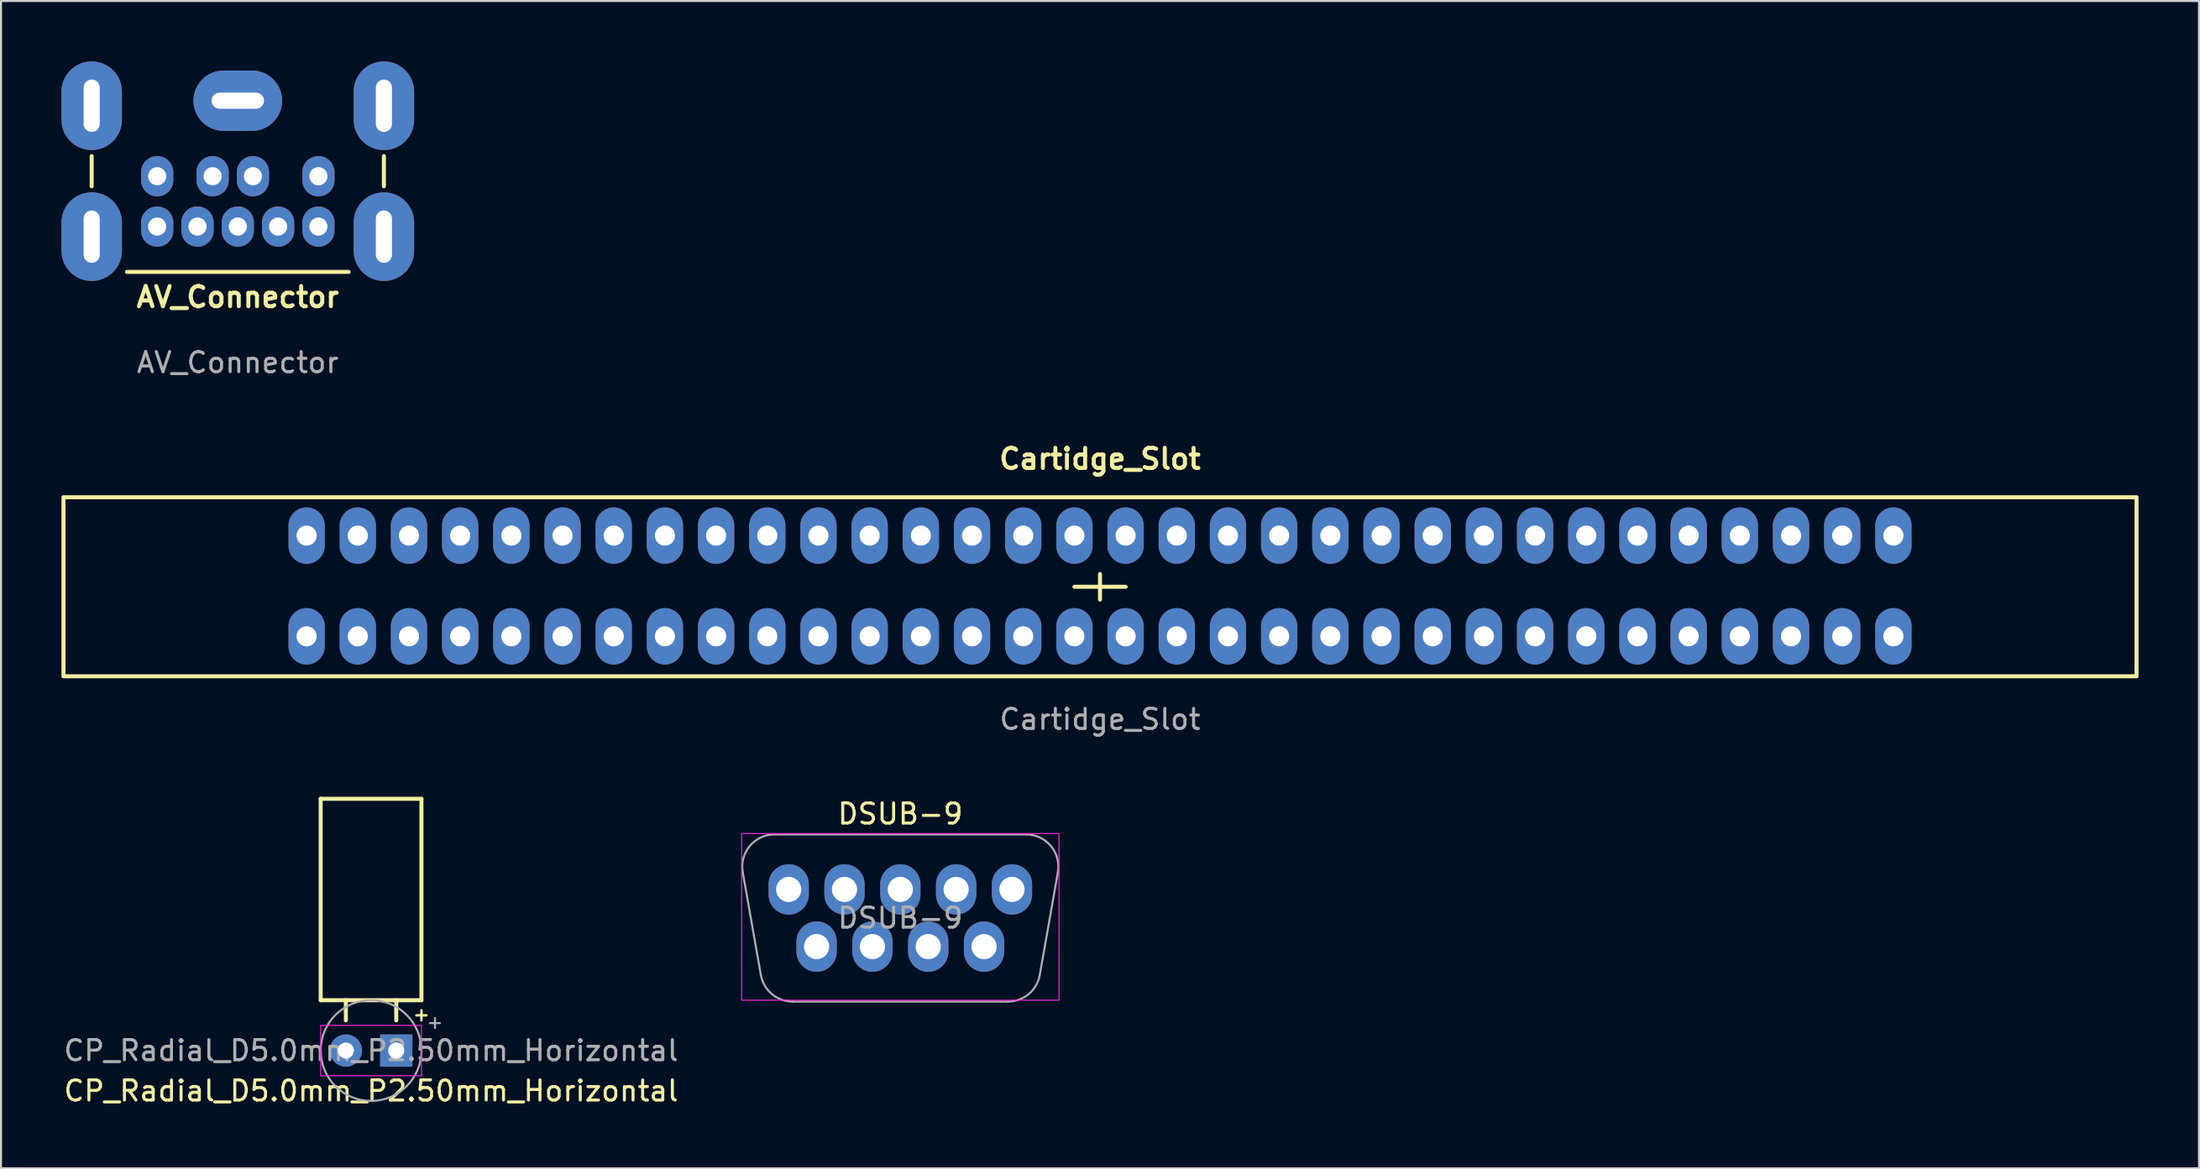
<source format=kicad_pcb>
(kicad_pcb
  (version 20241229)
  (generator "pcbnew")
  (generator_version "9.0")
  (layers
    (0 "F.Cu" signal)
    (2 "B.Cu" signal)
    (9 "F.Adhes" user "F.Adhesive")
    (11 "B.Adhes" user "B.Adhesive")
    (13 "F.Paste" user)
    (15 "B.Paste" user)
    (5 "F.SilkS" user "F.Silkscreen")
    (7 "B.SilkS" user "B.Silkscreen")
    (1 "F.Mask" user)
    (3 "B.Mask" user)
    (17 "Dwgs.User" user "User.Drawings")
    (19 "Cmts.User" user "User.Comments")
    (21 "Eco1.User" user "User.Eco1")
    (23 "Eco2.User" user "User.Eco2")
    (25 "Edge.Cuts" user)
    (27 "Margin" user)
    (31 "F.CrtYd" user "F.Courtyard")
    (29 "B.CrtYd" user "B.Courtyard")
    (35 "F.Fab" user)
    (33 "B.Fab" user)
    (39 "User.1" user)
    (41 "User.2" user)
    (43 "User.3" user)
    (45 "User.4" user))
  (footprint "DSUB-9"
    (layer "F.Cu")
    (at 41.626 41.111)
    (property "Reference" "DSUB-9" (at 0 -3.75 0) (layer "F.SilkS") (effects (font (size 1 1) (thickness 0.15))))
    (attr through_hole)
    (fp_rect (start -7.875 -2.775) (end 7.875 5.5) (stroke (width 0.05) (type default)) (fill no) (layer "F.CrtYd"))
    (fp_line (start -7.819 -0.852) (end -6.92 4.248) (stroke (width 0.1) (type solid)) (layer "F.Fab"))
    (fp_line (start -6.243 -2.73) (end 6.243 -2.73) (stroke (width 0.1) (type solid)) (layer "F.Fab"))
    (fp_line (start -5.344 5.57) (end 5.344 5.57) (stroke (width 0.1) (type solid)) (layer "F.Fab"))
    (fp_line (start 7.819 -0.852) (end 6.92 4.248) (stroke (width 0.1) (type solid)) (layer "F.Fab"))
    (fp_arc (start -7.818886 -0.852163) (mid -7.468865 -2.15846) (end -6.243194 -2.73) (stroke (width 0.1) (type solid)) (layer "F.Fab"))
    (fp_arc (start -5.343927 5.57) (mid -6.372387 5.195671) (end -6.919619 4.247837) (stroke (width 0.1) (type solid)) (layer "F.Fab"))
    (fp_arc (start 6.243194 -2.73) (mid 7.46887 -2.158462) (end 7.818886 -0.852163) (stroke (width 0.1) (type solid)) (layer "F.Fab"))
    (fp_arc (start 6.919619 4.247837) (mid 6.372387 5.19567) (end 5.343927 5.57) (stroke (width 0.1) (type solid)) (layer "F.Fab"))
    (fp_text user "${REFERENCE}" (at 0 1.42 0) (layer "F.Fab") (effects (font (size 1 1) (thickness 0.15))))
    (pad "1" thru_hole oval (at -5.54 0) (size 2 2.5) (drill 1.25) (layers "*.Cu" "*.Mask"))
    (pad "2" thru_hole oval (at -2.77 0) (size 2 2.5) (drill 1.25) (layers "*.Cu" "*.Mask"))
    (pad "3" thru_hole oval (at 0 0) (size 2 2.5) (drill 1.25) (layers "*.Cu" "*.Mask"))
    (pad "4" thru_hole oval (at 2.77 0) (size 2 2.5) (drill 1.25) (layers "*.Cu" "*.Mask"))
    (pad "5" thru_hole oval (at 5.54 0) (size 2 2.5) (drill 1.25) (layers "*.Cu" "*.Mask"))
    (pad "6" thru_hole oval (at -4.155 2.84) (size 2 2.5) (drill 1.25) (layers "*.Cu" "*.Mask"))
    (pad "7" thru_hole oval (at -1.385 2.84) (size 2 2.5) (drill 1.25) (layers "*.Cu" "*.Mask"))
    (pad "8" thru_hole oval (at 1.385 2.84) (size 2 2.5) (drill 1.25) (layers "*.Cu" "*.Mask"))
    (pad "9" thru_hole oval (at 4.155 2.84) (size 2 2.5) (drill 1.25) (layers "*.Cu" "*.Mask")))
  (footprint "CP_Radial_D5.0mm_P2.50mm_Horizontal"
    (layer "F.Cu")
    (at 14.113 49.112)
    (property "Reference" "CP_Radial_D5.0mm_P2.50mm_Horizontal" (at 1.25 2 0) (layer "F.SilkS") (effects (font (size 1 1) (thickness 0.15))))
    (attr through_hole)
    (fp_line (start -1.25 -12.5) (end 3.75 -12.5) (stroke (width 0.2) (type default)) (layer "F.SilkS"))
    (fp_line (start -1.25 -2.5) (end -1.25 -12.5) (stroke (width 0.2) (type default)) (layer "F.SilkS"))
    (fp_line (start 0 -1.5) (end 0 -2.5) (stroke (width 0.2) (type default)) (layer "F.SilkS"))
    (fp_line (start 2.5 -1.5) (end 2.5 -2.5) (stroke (width 0.2) (type default)) (layer "F.SilkS"))
    (fp_line (start 3.5 -1.75) (end 4 -1.75) (stroke (width 0.12) (type solid)) (layer "F.SilkS"))
    (fp_line (start 3.75 -12.5) (end 3.75 -2.5) (stroke (width 0.2) (type default)) (layer "F.SilkS"))
    (fp_line (start 3.75 -2.5) (end -1.25 -2.5) (stroke (width 0.2) (type default)) (layer "F.SilkS"))
    (fp_line (start 3.75 -2) (end 3.75 -1.5) (stroke (width 0.12) (type solid)) (layer "F.SilkS"))
    (fp_rect (start -1.25 -1.25) (end 3.75 1.25) (stroke (width 0.05) (type default)) (fill no) (layer "F.CrtYd"))
    (fp_line (start 4.171 -1.363) (end 4.671 -1.363) (stroke (width 0.1) (type solid)) (layer "F.Fab"))
    (fp_line (start 4.421 -1.613) (end 4.421 -1.113) (stroke (width 0.1) (type solid)) (layer "F.Fab"))
    (fp_circle (center 1.25 0) (end 3.75 0) (stroke (width 0.1) (type solid)) (fill no) (layer "F.Fab"))
    (fp_text user "${REFERENCE}" (at 1.25 0 0) (layer "F.Fab") (effects (font (size 1 1) (thickness 0.15))))
    (pad "1" thru_hole rect (at 2.5 0 180) (size 1.6 1.6) (drill 0.8) (layers "*.Cu" "*.Mask"))
    (pad "2" thru_hole circle (at 0 0 180) (size 1.6 1.6) (drill 0.8) (layers "*.Cu" "*.Mask")))
  (footprint "AV_Connector"
    (layer "F.Cu")
    (at 8.75 8.2)
    (property "Reference" "AV_Connector" (at 0 3.5 0) (unlocked yes) (layer "F.SilkS") (effects (font (size 1 1) (thickness 0.2))))
    (attr through_hole)
    (fp_line (start -7.25 -3.5) (end -7.25 -2) (stroke (width 0.2) (type default)) (layer "F.SilkS"))
    (fp_line (start -5.5 2.25) (end 5.5 2.25) (stroke (width 0.2) (type default)) (layer "F.SilkS"))
    (fp_line (start 7.25 -3.5) (end 7.25 -2) (stroke (width 0.2) (type default)) (layer "F.SilkS"))
    (fp_text user "${REFERENCE}" (at 0 6.75 0) (unlocked yes) (layer "F.Fab") (effects (font (size 1 1) (thickness 0.15))))
    (pad "1" thru_hole oval (at -1.25 -2.5) (size 1.6 2) (drill 0.9) (layers "*.Cu" "*.Mask"))
    (pad "2" thru_hole oval (at 0.75 -2.5) (size 1.6 2) (drill 0.9) (layers "*.Cu" "*.Mask"))
    (pad "3" thru_hole oval (at -4 -2.5) (size 1.6 2) (drill 0.9) (layers "*.Cu" "*.Mask"))
    (pad "4" thru_hole oval (at -2 0) (size 1.6 2) (drill 0.9) (layers "*.Cu" "*.Mask"))
    (pad "5" thru_hole oval (at 0 0) (size 1.6 2) (drill 0.9) (layers "*.Cu" "*.Mask"))
    (pad "6" thru_hole oval (at 4 -2.5) (size 1.6 2) (drill 0.9) (layers "*.Cu" "*.Mask"))
    (pad "7" thru_hole oval (at -4 0) (size 1.6 2) (drill 0.9) (layers "*.Cu" "*.Mask"))
    (pad "8" thru_hole oval (at 2 0) (size 1.6 2) (drill 0.9) (layers "*.Cu" "*.Mask"))
    (pad "9" thru_hole oval (at 4 0) (size 1.6 2) (drill 0.9) (layers "*.Cu" "*.Mask"))
    (pad "10" thru_hole oval (at -7.25 -6) (size 3 4.4) (drill oval 0.8 2.6) (layers "*.Cu" "*.Mask"))
    (pad "10" thru_hole oval (at -7.25 0.5) (size 3 4.4) (drill oval 0.8 2.6) (layers "*.Cu" "*.Mask"))
    (pad "10" thru_hole oval (at 0 -6.25 90) (size 3 4.4) (drill oval 0.8 2.6) (layers "*.Cu" "*.Mask"))
    (pad "10" thru_hole oval (at 7.25 -6) (size 3 4.4) (drill oval 0.8 2.6) (layers "*.Cu" "*.Mask"))
    (pad "10" thru_hole oval (at 7.25 0.5) (size 3 4.4) (drill oval 0.8 2.6) (layers "*.Cu" "*.Mask")))
  (footprint "Cartidge_Slot"
    (layer "F.Cu")
    (at 12.165 23.544)
    (property "Reference" "Cartidge_Slot" (at 39.37 -3.81 0) (unlocked yes) (layer "F.SilkS") (effects (font (size 1 1) (thickness 0.2))))
    (attr through_hole)
    (fp_line (start 39.37 1.905) (end 39.37 3.175) (stroke (width 0.2) (type default)) (layer "F.SilkS"))
    (fp_line (start 40.64 2.54) (end 38.1 2.54) (stroke (width 0.2) (type default)) (layer "F.SilkS"))
    (fp_rect (start -12.065 -1.905) (end 90.805 6.985) (stroke (width 0.2) (type default)) (fill no) (layer "F.SilkS"))
    (fp_text user "${REFERENCE}" (at 39.37 9.12 0) (unlocked yes) (layer "F.Fab") (effects (font (size 1 1) (thickness 0.15))))
    (pad "a1" thru_hole oval (at 0 0) (size 1.8 2.8) (drill 1) (layers "*.Cu" "*.Mask"))
    (pad "a2" thru_hole oval (at 2.54 0) (size 1.8 2.8) (drill 1) (layers "*.Cu" "*.Mask"))
    (pad "a3" thru_hole oval (at 5.08 0) (size 1.8 2.8) (drill 1) (layers "*.Cu" "*.Mask"))
    (pad "a4" thru_hole oval (at 7.62 0) (size 1.8 2.8) (drill 1) (layers "*.Cu" "*.Mask"))
    (pad "a5" thru_hole oval (at 10.16 0) (size 1.8 2.8) (drill 1) (layers "*.Cu" "*.Mask"))
    (pad "a6" thru_hole oval (at 12.7 0) (size 1.8 2.8) (drill 1) (layers "*.Cu" "*.Mask"))
    (pad "a7" thru_hole oval (at 15.24 0) (size 1.8 2.8) (drill 1) (layers "*.Cu" "*.Mask"))
    (pad "a8" thru_hole oval (at 17.78 0) (size 1.8 2.8) (drill 1) (layers "*.Cu" "*.Mask"))
    (pad "a9" thru_hole oval (at 20.32 0) (size 1.8 2.8) (drill 1) (layers "*.Cu" "*.Mask"))
    (pad "a10" thru_hole oval (at 22.86 0) (size 1.8 2.8) (drill 1) (layers "*.Cu" "*.Mask"))
    (pad "a11" thru_hole oval (at 25.4 0) (size 1.8 2.8) (drill 1) (layers "*.Cu" "*.Mask"))
    (pad "a12" thru_hole oval (at 27.94 0) (size 1.8 2.8) (drill 1) (layers "*.Cu" "*.Mask"))
    (pad "a13" thru_hole oval (at 30.48 0) (size 1.8 2.8) (drill 1) (layers "*.Cu" "*.Mask"))
    (pad "a14" thru_hole oval (at 33.02 0) (size 1.8 2.8) (drill 1) (layers "*.Cu" "*.Mask"))
    (pad "a15" thru_hole oval (at 35.56 0) (size 1.8 2.8) (drill 1) (layers "*.Cu" "*.Mask"))
    (pad "a16" thru_hole oval (at 38.1 0) (size 1.8 2.8) (drill 1) (layers "*.Cu" "*.Mask"))
    (pad "a17" thru_hole oval (at 40.64 0) (size 1.8 2.8) (drill 1) (layers "*.Cu" "*.Mask"))
    (pad "a18" thru_hole oval (at 43.18 0) (size 1.8 2.8) (drill 1) (layers "*.Cu" "*.Mask"))
    (pad "a19" thru_hole oval (at 45.72 0) (size 1.8 2.8) (drill 1) (layers "*.Cu" "*.Mask"))
    (pad "a20" thru_hole oval (at 48.26 0) (size 1.8 2.8) (drill 1) (layers "*.Cu" "*.Mask"))
    (pad "a21" thru_hole oval (at 50.8 0) (size 1.8 2.8) (drill 1) (layers "*.Cu" "*.Mask"))
    (pad "a22" thru_hole oval (at 53.34 0) (size 1.8 2.8) (drill 1) (layers "*.Cu" "*.Mask"))
    (pad "a23" thru_hole oval (at 55.88 0) (size 1.8 2.8) (drill 1) (layers "*.Cu" "*.Mask"))
    (pad "a24" thru_hole oval (at 58.42 0) (size 1.8 2.8) (drill 1) (layers "*.Cu" "*.Mask"))
    (pad "a25" thru_hole oval (at 60.96 0) (size 1.8 2.8) (drill 1) (layers "*.Cu" "*.Mask"))
    (pad "a26" thru_hole oval (at 63.5 0) (size 1.8 2.8) (drill 1) (layers "*.Cu" "*.Mask"))
    (pad "a27" thru_hole oval (at 66.04 0) (size 1.8 2.8) (drill 1) (layers "*.Cu" "*.Mask"))
    (pad "a28" thru_hole oval (at 68.58 0) (size 1.8 2.8) (drill 1) (layers "*.Cu" "*.Mask"))
    (pad "a29" thru_hole oval (at 71.12 0) (size 1.8 2.8) (drill 1) (layers "*.Cu" "*.Mask"))
    (pad "a30" thru_hole oval (at 73.66 0) (size 1.8 2.8) (drill 1) (layers "*.Cu" "*.Mask"))
    (pad "a31" thru_hole oval (at 76.2 0) (size 1.8 2.8) (drill 1) (layers "*.Cu" "*.Mask"))
    (pad "a32" thru_hole oval (at 78.74 0) (size 1.8 2.8) (drill 1) (layers "*.Cu" "*.Mask"))
    (pad "b1" thru_hole oval (at 0 5) (size 1.8 2.8) (drill 1) (layers "*.Cu" "*.Mask"))
    (pad "b2" thru_hole oval (at 2.54 5) (size 1.8 2.8) (drill 1) (layers "*.Cu" "*.Mask"))
    (pad "b3" thru_hole oval (at 5.08 5) (size 1.8 2.8) (drill 1) (layers "*.Cu" "*.Mask"))
    (pad "b4" thru_hole oval (at 7.62 5) (size 1.8 2.8) (drill 1) (layers "*.Cu" "*.Mask"))
    (pad "b5" thru_hole oval (at 10.16 5) (size 1.8 2.8) (drill 1) (layers "*.Cu" "*.Mask"))
    (pad "b6" thru_hole oval (at 12.7 5) (size 1.8 2.8) (drill 1) (layers "*.Cu" "*.Mask"))
    (pad "b7" thru_hole oval (at 15.24 5) (size 1.8 2.8) (drill 1) (layers "*.Cu" "*.Mask"))
    (pad "b8" thru_hole oval (at 17.78 5) (size 1.8 2.8) (drill 1) (layers "*.Cu" "*.Mask"))
    (pad "b9" thru_hole oval (at 20.32 5) (size 1.8 2.8) (drill 1) (layers "*.Cu" "*.Mask"))
    (pad "b10" thru_hole oval (at 22.86 5) (size 1.8 2.8) (drill 1) (layers "*.Cu" "*.Mask"))
    (pad "b11" thru_hole oval (at 25.4 5) (size 1.8 2.8) (drill 1) (layers "*.Cu" "*.Mask"))
    (pad "b12" thru_hole oval (at 27.94 5) (size 1.8 2.8) (drill 1) (layers "*.Cu" "*.Mask"))
    (pad "b13" thru_hole oval (at 30.48 5) (size 1.8 2.8) (drill 1) (layers "*.Cu" "*.Mask"))
    (pad "b14" thru_hole oval (at 33.02 5) (size 1.8 2.8) (drill 1) (layers "*.Cu" "*.Mask"))
    (pad "b15" thru_hole oval (at 35.56 5) (size 1.8 2.8) (drill 1) (layers "*.Cu" "*.Mask"))
    (pad "b16" thru_hole oval (at 38.1 5) (size 1.8 2.8) (drill 1) (layers "*.Cu" "*.Mask"))
    (pad "b17" thru_hole oval (at 40.64 5) (size 1.8 2.8) (drill 1) (layers "*.Cu" "*.Mask"))
    (pad "b18" thru_hole oval (at 43.18 5) (size 1.8 2.8) (drill 1) (layers "*.Cu" "*.Mask"))
    (pad "b19" thru_hole oval (at 45.72 5) (size 1.8 2.8) (drill 1) (layers "*.Cu" "*.Mask"))
    (pad "b20" thru_hole oval (at 48.26 5) (size 1.8 2.8) (drill 1) (layers "*.Cu" "*.Mask"))
    (pad "b21" thru_hole oval (at 50.8 5) (size 1.8 2.8) (drill 1) (layers "*.Cu" "*.Mask"))
    (pad "b22" thru_hole oval (at 53.34 5) (size 1.8 2.8) (drill 1) (layers "*.Cu" "*.Mask"))
    (pad "b23" thru_hole oval (at 55.88 5) (size 1.8 2.8) (drill 1) (layers "*.Cu" "*.Mask"))
    (pad "b24" thru_hole oval (at 58.42 5) (size 1.8 2.8) (drill 1) (layers "*.Cu" "*.Mask"))
    (pad "b25" thru_hole oval (at 60.96 5) (size 1.8 2.8) (drill 1) (layers "*.Cu" "*.Mask"))
    (pad "b26" thru_hole oval (at 63.5 5) (size 1.8 2.8) (drill 1) (layers "*.Cu" "*.Mask"))
    (pad "b27" thru_hole oval (at 66.04 5) (size 1.8 2.8) (drill 1) (layers "*.Cu" "*.Mask"))
    (pad "b28" thru_hole oval (at 68.58 5) (size 1.8 2.8) (drill 1) (layers "*.Cu" "*.Mask"))
    (pad "b29" thru_hole oval (at 71.12 5) (size 1.8 2.8) (drill 1) (layers "*.Cu" "*.Mask"))
    (pad "b30" thru_hole oval (at 73.66 5) (size 1.8 2.8) (drill 1) (layers "*.Cu" "*.Mask"))
    (pad "b31" thru_hole oval (at 76.2 5) (size 1.8 2.8) (drill 1) (layers "*.Cu" "*.Mask"))
    (pad "b32" thru_hole oval (at 78.74 5) (size 1.8 2.8) (drill 1) (layers "*.Cu" "*.Mask")))
  (gr_rect
    (start -3 -3)
    (end 106.07 54.961)
    (stroke (width 0.1) (type default))
    (fill no)
    (layer "Edge.Cuts")))
</source>
